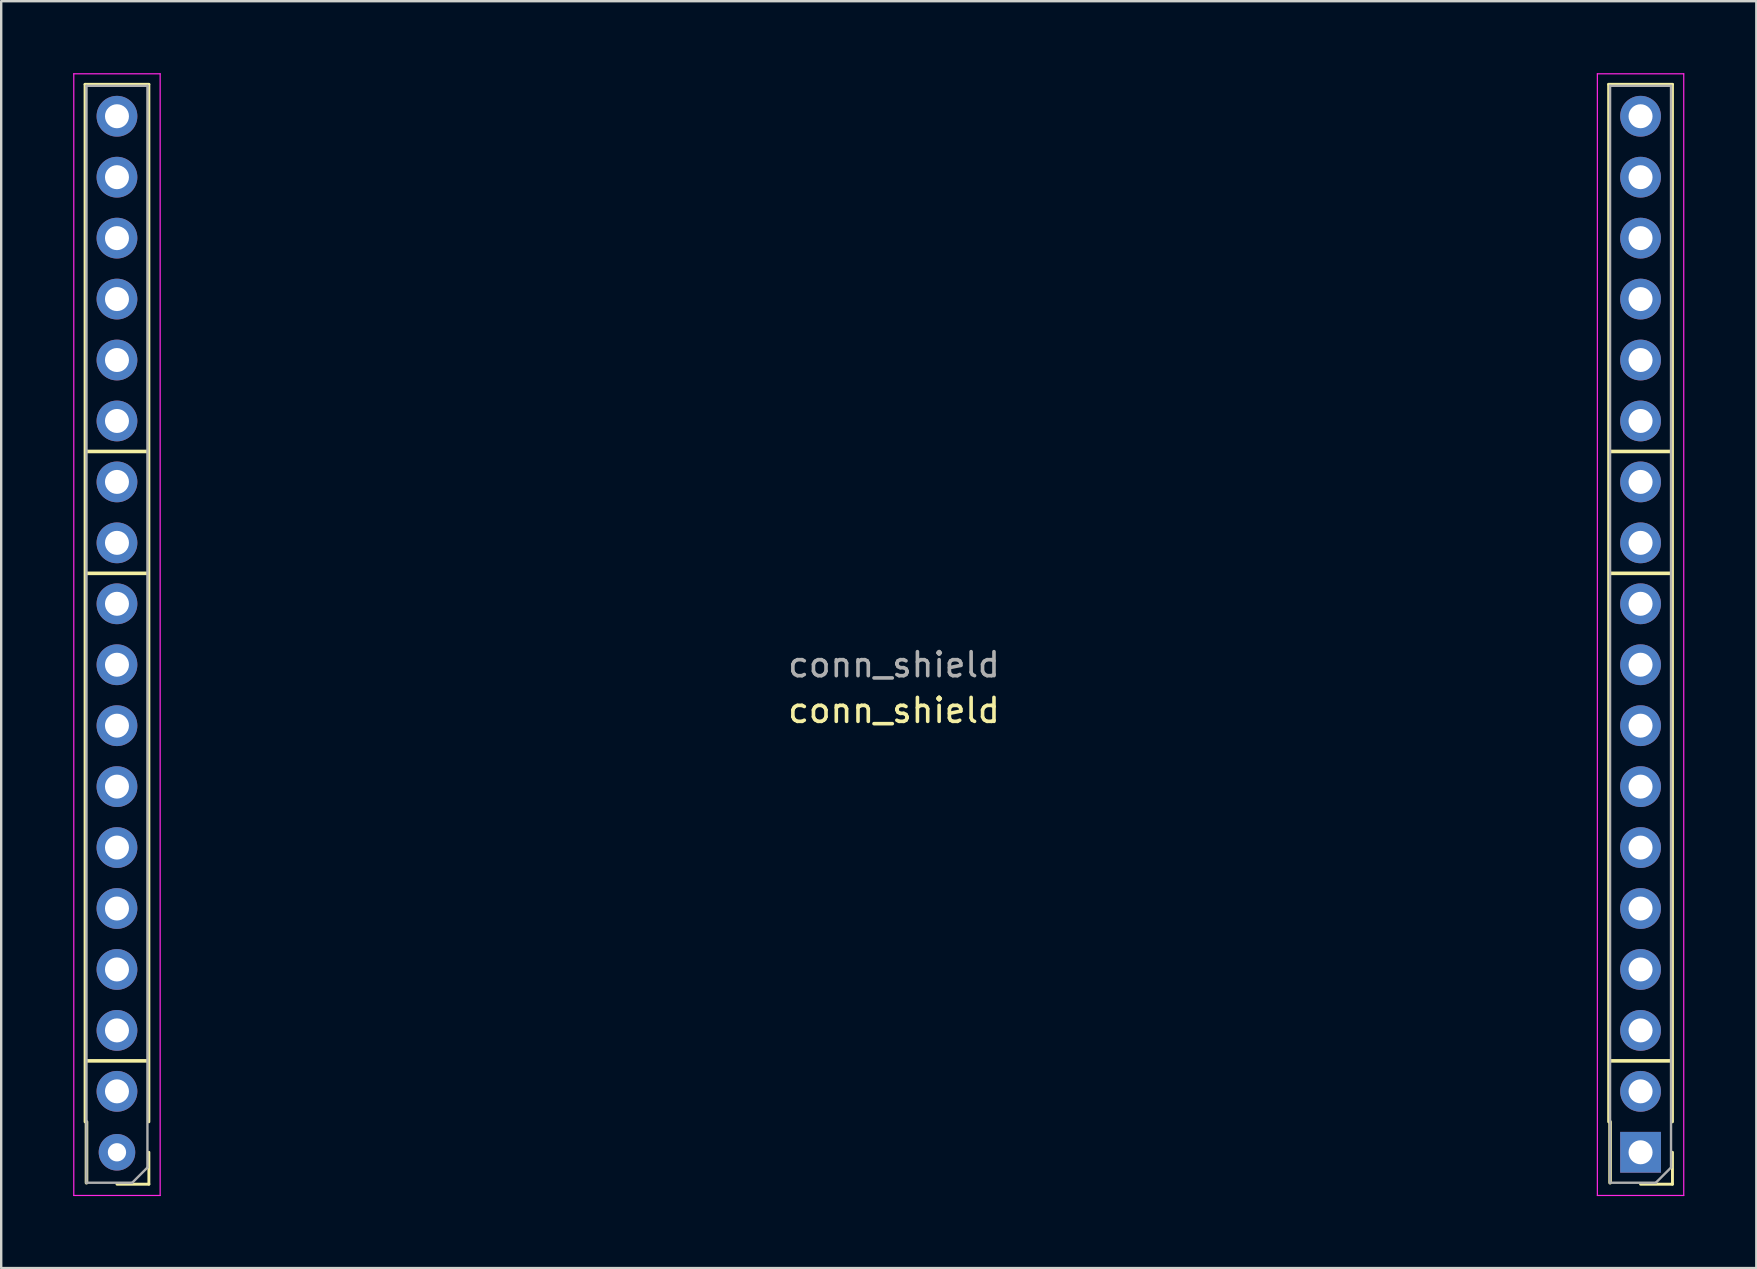
<source format=kicad_pcb>
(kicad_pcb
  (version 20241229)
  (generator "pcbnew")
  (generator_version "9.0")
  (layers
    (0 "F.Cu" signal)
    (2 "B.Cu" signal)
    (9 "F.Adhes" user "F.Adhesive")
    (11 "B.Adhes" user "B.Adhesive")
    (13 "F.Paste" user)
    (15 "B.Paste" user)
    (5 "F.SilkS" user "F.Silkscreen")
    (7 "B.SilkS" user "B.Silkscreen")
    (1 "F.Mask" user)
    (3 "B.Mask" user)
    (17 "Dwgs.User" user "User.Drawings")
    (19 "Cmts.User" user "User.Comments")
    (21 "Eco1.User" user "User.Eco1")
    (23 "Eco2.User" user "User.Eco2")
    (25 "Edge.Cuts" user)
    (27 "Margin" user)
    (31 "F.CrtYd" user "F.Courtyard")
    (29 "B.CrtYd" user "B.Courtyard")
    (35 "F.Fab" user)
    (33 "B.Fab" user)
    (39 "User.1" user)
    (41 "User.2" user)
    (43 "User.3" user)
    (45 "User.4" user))
  (footprint "conn_shield"
    (layer "F.Cu")
    (at 65.325 44.975)
    (property "Reference" "conn_shield" (at -31.115 -18.415 180) (layer "F.SilkS") (effects (font (size 1 1) (thickness 0.15))))
    (attr through_hole)
    (fp_line (start -64.83 -1.27) (end -64.83 -44.51) (stroke (width 0.12) (type solid)) (layer "F.SilkS"))
    (fp_line (start -64.77 -1.27) (end -64.77 1.27) (stroke (width 0.15) (type solid)) (layer "F.SilkS"))
    (fp_line (start -62.23 -29.21) (end -64.77 -29.21) (stroke (width 0.15) (type solid)) (layer "F.SilkS"))
    (fp_line (start -62.23 -24.13) (end -64.77 -24.13) (stroke (width 0.15) (type solid)) (layer "F.SilkS"))
    (fp_line (start -62.23 -3.81) (end -64.77 -3.81) (stroke (width 0.15) (type solid)) (layer "F.SilkS"))
    (fp_line (start -62.17 -44.51) (end -64.83 -44.51) (stroke (width 0.12) (type solid)) (layer "F.SilkS"))
    (fp_line (start -62.17 -1.27) (end -62.17 -44.51) (stroke (width 0.12) (type solid)) (layer "F.SilkS"))
    (fp_line (start -62.17 0) (end -62.17 1.33) (stroke (width 0.12) (type solid)) (layer "F.SilkS"))
    (fp_line (start -62.17 1.33) (end -63.5 1.33) (stroke (width 0.12) (type solid)) (layer "F.SilkS"))
    (fp_line (start -1.33 -1.27) (end -1.33 -44.51) (stroke (width 0.12) (type solid)) (layer "F.SilkS"))
    (fp_line (start -1.27 -1.27) (end -1.27 1.27) (stroke (width 0.15) (type solid)) (layer "F.SilkS"))
    (fp_line (start 1.27 -29.21) (end -1.27 -29.21) (stroke (width 0.15) (type solid)) (layer "F.SilkS"))
    (fp_line (start 1.27 -24.13) (end -1.27 -24.13) (stroke (width 0.15) (type solid)) (layer "F.SilkS"))
    (fp_line (start 1.27 -3.81) (end -1.27 -3.81) (stroke (width 0.15) (type solid)) (layer "F.SilkS"))
    (fp_line (start 1.33 -44.51) (end -1.33 -44.51) (stroke (width 0.12) (type solid)) (layer "F.SilkS"))
    (fp_line (start 1.33 -1.27) (end 1.33 -44.51) (stroke (width 0.12) (type solid)) (layer "F.SilkS"))
    (fp_line (start 1.33 0) (end 1.33 1.33) (stroke (width 0.12) (type solid)) (layer "F.SilkS"))
    (fp_line (start 1.33 1.33) (end 0 1.33) (stroke (width 0.12) (type solid)) (layer "F.SilkS"))
    (fp_line (start -65.3 -44.95) (end -65.3 1.8) (stroke (width 0.05) (type solid)) (layer "F.CrtYd"))
    (fp_line (start -65.3 1.8) (end -61.7 1.8) (stroke (width 0.05) (type solid)) (layer "F.CrtYd"))
    (fp_line (start -61.7 -44.95) (end -65.3 -44.95) (stroke (width 0.05) (type solid)) (layer "F.CrtYd"))
    (fp_line (start -61.7 1.8) (end -61.7 -44.95) (stroke (width 0.05) (type solid)) (layer "F.CrtYd"))
    (fp_line (start -1.8 -44.95) (end -1.8 1.8) (stroke (width 0.05) (type solid)) (layer "F.CrtYd"))
    (fp_line (start -1.8 1.8) (end 1.8 1.8) (stroke (width 0.05) (type solid)) (layer "F.CrtYd"))
    (fp_line (start 1.8 -44.95) (end -1.8 -44.95) (stroke (width 0.05) (type solid)) (layer "F.CrtYd"))
    (fp_line (start 1.8 1.8) (end 1.8 -44.95) (stroke (width 0.05) (type solid)) (layer "F.CrtYd"))
    (fp_line (start -64.77 -44.45) (end -62.23 -44.45) (stroke (width 0.1) (type solid)) (layer "F.Fab"))
    (fp_line (start -64.77 1.27) (end -64.77 -44.45) (stroke (width 0.1) (type solid)) (layer "F.Fab"))
    (fp_line (start -62.865 1.27) (end -64.77 1.27) (stroke (width 0.1) (type solid)) (layer "F.Fab"))
    (fp_line (start -62.23 -44.45) (end -62.23 0.635) (stroke (width 0.1) (type solid)) (layer "F.Fab"))
    (fp_line (start -62.23 0.635) (end -62.865 1.27) (stroke (width 0.1) (type solid)) (layer "F.Fab"))
    (fp_line (start -1.27 -44.45) (end 1.27 -44.45) (stroke (width 0.1) (type solid)) (layer "F.Fab"))
    (fp_line (start -1.27 1.27) (end -1.27 -44.45) (stroke (width 0.1) (type solid)) (layer "F.Fab"))
    (fp_line (start 0.635 1.27) (end -1.27 1.27) (stroke (width 0.1) (type solid)) (layer "F.Fab"))
    (fp_line (start 1.27 -44.45) (end 1.27 0.635) (stroke (width 0.1) (type solid)) (layer "F.Fab"))
    (fp_line (start 1.27 0.635) (end 0.635 1.27) (stroke (width 0.1) (type solid)) (layer "F.Fab"))
    (fp_text user "${REFERENCE}" (at -31.115 -20.32 0) (layer "F.Fab") (effects (font (size 1 1) (thickness 0.15))))
    (pad "1" thru_hole rect (at 0 0 180) (size 1.7 1.7) (drill 1) (layers "*.Cu" "*.Mask"))
    (pad "2" thru_hole oval (at 0 -2.54 180) (size 1.7 1.7) (drill 1) (layers "*.Cu" "*.Mask"))
    (pad "3" thru_hole oval (at 0 -5.08 180) (size 1.7 1.7) (drill 1) (layers "*.Cu" "*.Mask"))
    (pad "4" thru_hole oval (at 0 -7.62 180) (size 1.7 1.7) (drill 1) (layers "*.Cu" "*.Mask"))
    (pad "5" thru_hole oval (at 0 -10.16 180) (size 1.7 1.7) (drill 1) (layers "*.Cu" "*.Mask"))
    (pad "6" thru_hole oval (at 0 -12.7 180) (size 1.7 1.7) (drill 1) (layers "*.Cu" "*.Mask"))
    (pad "7" thru_hole oval (at 0 -15.24 180) (size 1.7 1.7) (drill 1) (layers "*.Cu" "*.Mask"))
    (pad "8" thru_hole oval (at 0 -17.78 180) (size 1.7 1.7) (drill 1) (layers "*.Cu" "*.Mask"))
    (pad "9" thru_hole oval (at 0 -20.32 180) (size 1.7 1.7) (drill 1) (layers "*.Cu" "*.Mask"))
    (pad "10" thru_hole oval (at 0 -22.86 180) (size 1.7 1.7) (drill 1) (layers "*.Cu" "*.Mask"))
    (pad "11" thru_hole oval (at 0 -25.4 180) (size 1.7 1.7) (drill 1) (layers "*.Cu" "*.Mask"))
    (pad "12" thru_hole oval (at 0 -27.94 180) (size 1.7 1.7) (drill 1) (layers "*.Cu" "*.Mask"))
    (pad "13" thru_hole oval (at 0 -30.48 180) (size 1.7 1.7) (drill 1) (layers "*.Cu" "*.Mask"))
    (pad "14" thru_hole oval (at 0 -33.02 180) (size 1.7 1.7) (drill 1) (layers "*.Cu" "*.Mask"))
    (pad "15" thru_hole oval (at 0 -35.56 180) (size 1.7 1.7) (drill 1) (layers "*.Cu" "*.Mask"))
    (pad "16" thru_hole oval (at 0 -38.1 180) (size 1.7 1.7) (drill 1) (layers "*.Cu" "*.Mask"))
    (pad "17" thru_hole oval (at 0 -40.64 180) (size 1.7 1.7) (drill 1) (layers "*.Cu" "*.Mask"))
    (pad "18" thru_hole oval (at 0 -43.18 180) (size 1.7 1.7) (drill 1) (layers "*.Cu" "*.Mask"))
    (pad "19" thru_hole circle (at -63.5 0) (size 1.524 1.524) (drill 0.762) (layers "*.Cu" "*.Mask"))
    (pad "20" thru_hole oval (at -63.5 -2.54 180) (size 1.7 1.7) (drill 1) (layers "*.Cu" "*.Mask"))
    (pad "21" thru_hole oval (at -63.5 -5.08 180) (size 1.7 1.7) (drill 1) (layers "*.Cu" "*.Mask"))
    (pad "22" thru_hole oval (at -63.5 -7.62 180) (size 1.7 1.7) (drill 1) (layers "*.Cu" "*.Mask"))
    (pad "23" thru_hole oval (at -63.5 -10.16 180) (size 1.7 1.7) (drill 1) (layers "*.Cu" "*.Mask"))
    (pad "24" thru_hole oval (at -63.5 -12.7 180) (size 1.7 1.7) (drill 1) (layers "*.Cu" "*.Mask"))
    (pad "25" thru_hole oval (at -63.5 -15.24 180) (size 1.7 1.7) (drill 1) (layers "*.Cu" "*.Mask"))
    (pad "26" thru_hole oval (at -63.5 -17.78 180) (size 1.7 1.7) (drill 1) (layers "*.Cu" "*.Mask"))
    (pad "27" thru_hole oval (at -63.5 -20.32 180) (size 1.7 1.7) (drill 1) (layers "*.Cu" "*.Mask"))
    (pad "28" thru_hole oval (at -63.5 -22.86 180) (size 1.7 1.7) (drill 1) (layers "*.Cu" "*.Mask"))
    (pad "29" thru_hole oval (at -63.5 -25.4 180) (size 1.7 1.7) (drill 1) (layers "*.Cu" "*.Mask"))
    (pad "30" thru_hole oval (at -63.5 -27.94 180) (size 1.7 1.7) (drill 1) (layers "*.Cu" "*.Mask"))
    (pad "31" thru_hole oval (at -63.5 -30.48 180) (size 1.7 1.7) (drill 1) (layers "*.Cu" "*.Mask"))
    (pad "32" thru_hole oval (at -63.5 -33.02 180) (size 1.7 1.7) (drill 1) (layers "*.Cu" "*.Mask"))
    (pad "33" thru_hole oval (at -63.5 -35.56 180) (size 1.7 1.7) (drill 1) (layers "*.Cu" "*.Mask"))
    (pad "34" thru_hole oval (at -63.5 -38.1 180) (size 1.7 1.7) (drill 1) (layers "*.Cu" "*.Mask"))
    (pad "35" thru_hole oval (at -63.5 -40.64 180) (size 1.7 1.7) (drill 1) (layers "*.Cu" "*.Mask"))
    (pad "36" thru_hole oval (at -63.5 -43.18 180) (size 1.7 1.7) (drill 1) (layers "*.Cu" "*.Mask")))
  (gr_rect
    (start -3 -3)
    (end 70.15 49.8)
    (stroke (width 0.1) (type default))
    (fill no)
    (layer "Edge.Cuts")))
</source>
